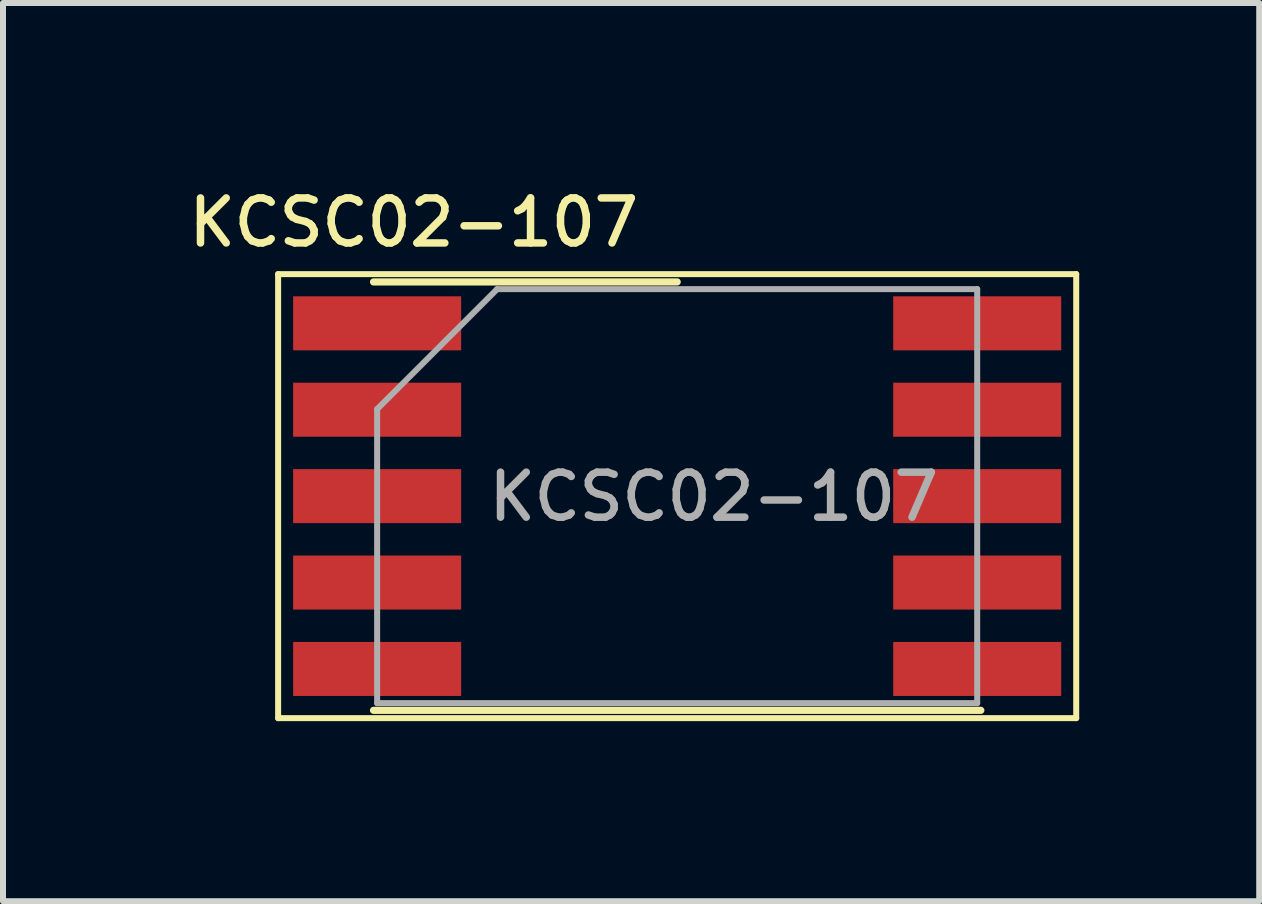
<source format=kicad_pcb>
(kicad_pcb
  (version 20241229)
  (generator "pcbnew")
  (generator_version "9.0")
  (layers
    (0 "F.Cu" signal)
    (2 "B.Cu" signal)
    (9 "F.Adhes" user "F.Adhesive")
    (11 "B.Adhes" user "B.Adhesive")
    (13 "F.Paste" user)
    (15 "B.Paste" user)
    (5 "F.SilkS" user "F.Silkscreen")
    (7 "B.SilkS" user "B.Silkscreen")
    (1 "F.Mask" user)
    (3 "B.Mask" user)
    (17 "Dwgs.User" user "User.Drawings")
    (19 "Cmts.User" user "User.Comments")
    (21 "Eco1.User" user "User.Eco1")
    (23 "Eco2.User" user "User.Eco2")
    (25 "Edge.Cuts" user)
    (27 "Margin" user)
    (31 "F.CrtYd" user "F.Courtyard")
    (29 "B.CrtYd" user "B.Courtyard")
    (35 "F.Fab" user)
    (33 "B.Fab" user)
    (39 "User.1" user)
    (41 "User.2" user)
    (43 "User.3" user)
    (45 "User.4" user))
  (footprint "KCSC02-107"
    (layer "F.Cu")
    (at 8.235 5.218)
    (property "Reference" "KCSC02-107" (at -4.39 -4.56 0) (layer "F.SilkS") (effects (font (size 0.75 0.75) (thickness 0.125))))
    (attr smd)
    (fp_line (start -6.65 -3.7) (end -6.65 3.7) (stroke (width 0.1) (type solid)) (layer "F.SilkS"))
    (fp_line (start -6.65 -3.7) (end 6.65 -3.7) (stroke (width 0.1) (type solid)) (layer "F.SilkS"))
    (fp_line (start -5.06 -3.57) (end 0 -3.57) (stroke (width 0.12) (type solid)) (layer "F.SilkS"))
    (fp_line (start 5.06 3.57) (end -5.06 3.57) (stroke (width 0.12) (type solid)) (layer "F.SilkS"))
    (fp_line (start 6.65 -3.7) (end 6.65 3.7) (stroke (width 0.1) (type solid)) (layer "F.SilkS"))
    (fp_line (start 6.65 3.7) (end -6.65 3.7) (stroke (width 0.1) (type solid)) (layer "F.SilkS"))
    (fp_line (start -5 -1.45) (end -3 -3.45) (stroke (width 0.1) (type solid)) (layer "F.Fab"))
    (fp_line (start -5 3.45) (end -5 -1.45) (stroke (width 0.1) (type solid)) (layer "F.Fab"))
    (fp_line (start -3 -3.45) (end 5 -3.45) (stroke (width 0.1) (type solid)) (layer "F.Fab"))
    (fp_line (start 5 -3.45) (end 5 3.45) (stroke (width 0.1) (type solid)) (layer "F.Fab"))
    (fp_line (start 5 3.45) (end -5 3.45) (stroke (width 0.1) (type solid)) (layer "F.Fab"))
    (fp_text user "${REFERENCE}" (at 0.61 0.01 0) (layer "F.Fab") (effects (font (size 0.75 0.75) (thickness 0.125))))
    (pad "1" smd rect (at -5 -2.88) (size 2.8 0.9) (layers "F.Cu" "F.Mask" "F.Paste"))
    (pad "2" smd rect (at -5 -1.44) (size 2.8 0.9) (layers "F.Cu" "F.Mask" "F.Paste"))
    (pad "3" smd rect (at -5 0) (size 2.8 0.9) (layers "F.Cu" "F.Mask" "F.Paste"))
    (pad "4" smd rect (at -5 1.44) (size 2.8 0.9) (layers "F.Cu" "F.Mask" "F.Paste"))
    (pad "5" smd rect (at -5 2.88) (size 2.8 0.9) (layers "F.Cu" "F.Mask" "F.Paste"))
    (pad "6" smd rect (at 5 2.88) (size 2.8 0.9) (layers "F.Cu" "F.Mask" "F.Paste"))
    (pad "7" smd rect (at 5 1.44) (size 2.8 0.9) (layers "F.Cu" "F.Mask" "F.Paste"))
    (pad "8" smd rect (at 5 0) (size 2.8 0.9) (layers "F.Cu" "F.Mask" "F.Paste"))
    (pad "9" smd rect (at 5 -1.44) (size 2.8 0.9) (layers "F.Cu" "F.Mask" "F.Paste"))
    (pad "10" smd rect (at 5 -2.88) (size 2.8 0.9) (layers "F.Cu" "F.Mask" "F.Paste")))
  (gr_rect
    (start -3 -3)
    (end 17.935 11.968)
    (stroke (width 0.1) (type default))
    (fill no)
    (layer "Edge.Cuts")))
</source>
